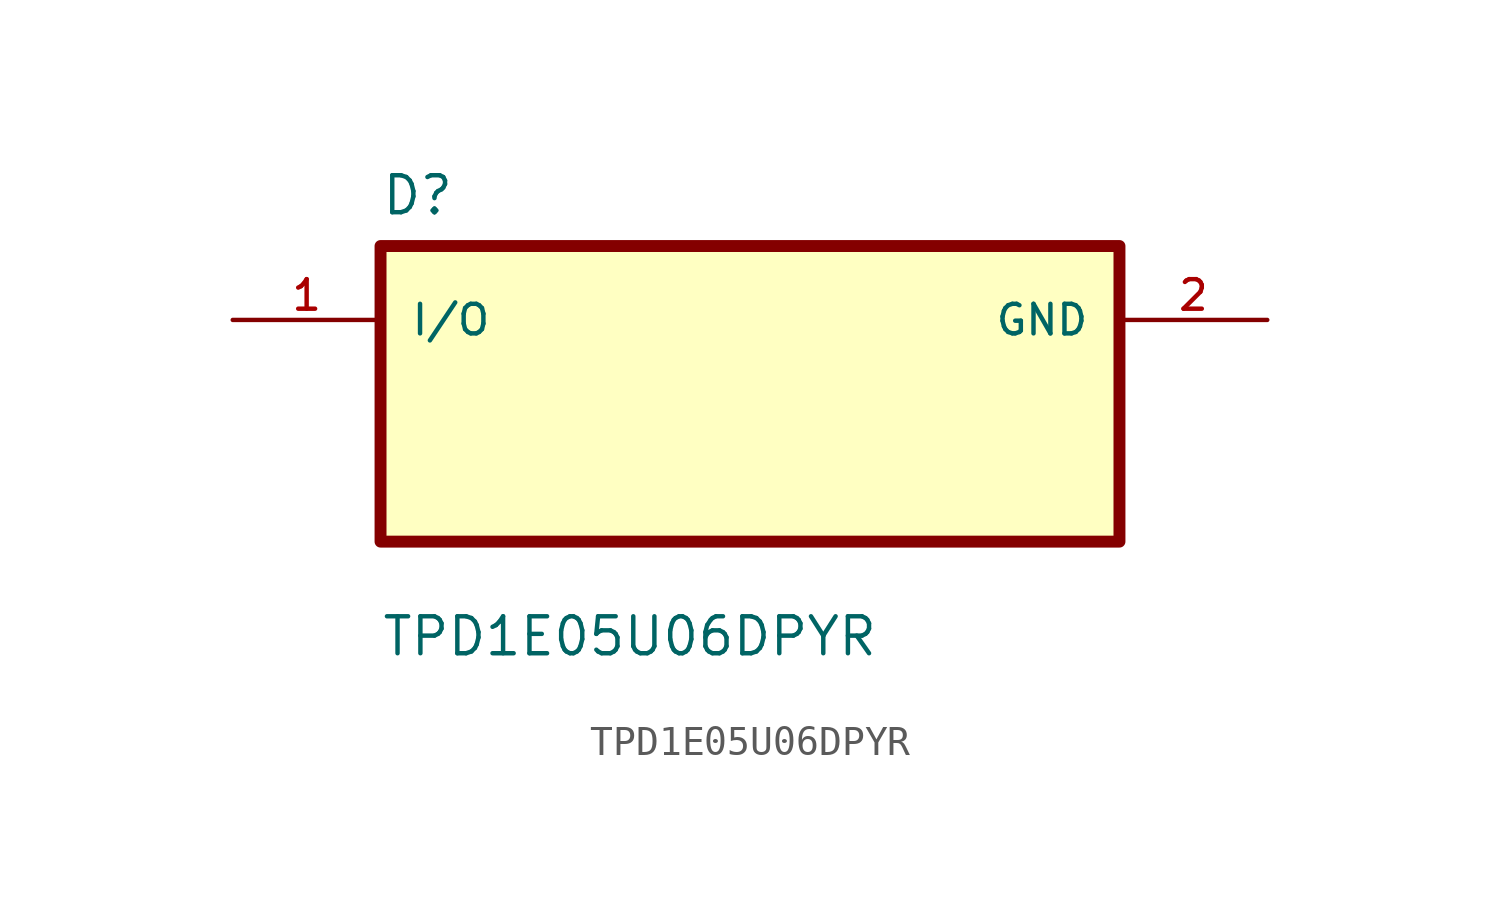
<source format=kicad_sym>
(kicad_symbol_lib
  (version 20211014)
  (generator kicad_symbol_editor)
  (symbol "TPD1E05U06DPYR"
    (pin_names
      (offset 1.016))
    (property "Reference" "D"
      (at -12.7 6.08 0.0)
      (effects (font (size 1.27 1.27)) (justify bottom left)))
    (property "Value" "TPD1E05U06DPYR"
      (at -12.7 -9.08 0.0)
      (effects (font (size 1.27 1.27)) (justify bottom left)))
    (symbol "TPD1E05U06DPYR_0_0"
      (rectangle (start -12.7 -5.08) (end 12.7 5.08) (stroke (width 0.41)) (fill (type background)))
      (pin bidirectional line (at -17.78 2.54 0) (length 5.08) (name "I/O" (effects (font (size 1.016 1.016)))) (number "1" (effects (font (size 1.016 1.016)))))
      (pin power_in line (at 17.78 2.54 180.0) (length 5.08) (name "GND" (effects (font (size 1.016 1.016)))) (number "2" (effects (font (size 1.016 1.016))))))))
</source>
